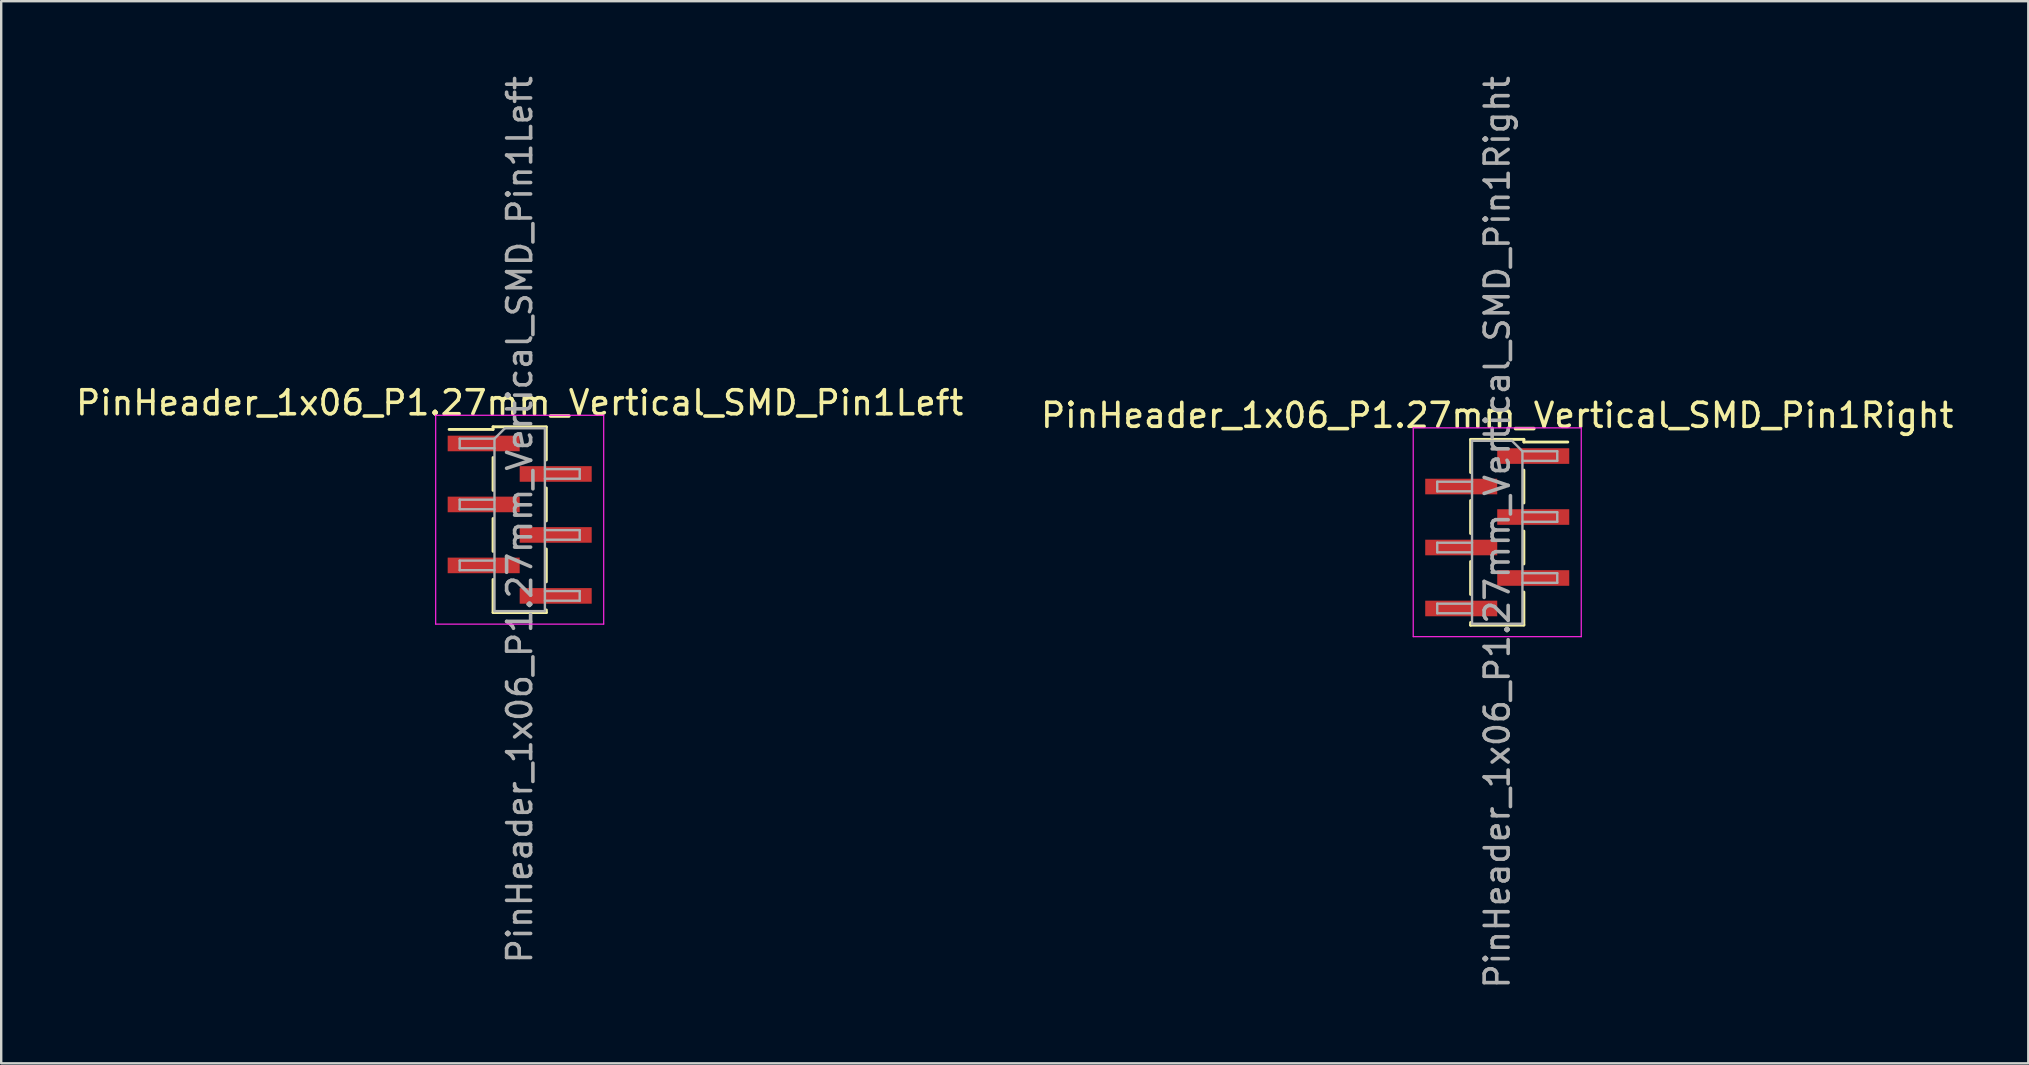
<source format=kicad_pcb>
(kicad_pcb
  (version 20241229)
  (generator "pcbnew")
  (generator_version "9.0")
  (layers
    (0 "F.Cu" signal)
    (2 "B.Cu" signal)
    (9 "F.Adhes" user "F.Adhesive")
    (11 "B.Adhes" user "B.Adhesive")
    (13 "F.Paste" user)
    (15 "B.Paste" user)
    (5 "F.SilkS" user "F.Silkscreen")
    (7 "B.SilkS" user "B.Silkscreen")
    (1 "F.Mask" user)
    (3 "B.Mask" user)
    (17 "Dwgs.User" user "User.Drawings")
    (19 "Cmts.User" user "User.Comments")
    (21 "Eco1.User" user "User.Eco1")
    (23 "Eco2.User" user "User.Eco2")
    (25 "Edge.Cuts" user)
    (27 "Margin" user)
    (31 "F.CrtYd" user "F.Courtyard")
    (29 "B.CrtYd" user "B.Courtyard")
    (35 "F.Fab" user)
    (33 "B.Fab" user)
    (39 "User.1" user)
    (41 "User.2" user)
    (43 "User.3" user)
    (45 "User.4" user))
  (footprint "PinHeader_1x06_P1.27mm_Vertical_SMD_Pin1Right"
    (layer "F.Cu")
    (at 59.327 19.125)
    (property "Reference" "PinHeader_1x06_P1.27mm_Vertical_SMD_Pin1Right" (at 0 -4.87 0) (layer "F.SilkS") (effects (font (size 1 1) (thickness 0.15))))
    (attr smd)
    (fp_line (start -1.11 -3.87) (end 1.11 -3.87) (stroke (width 0.12) (type solid)) (layer "F.SilkS"))
    (fp_line (start -1.11 -3.86) (end -1.11 -2.49) (stroke (width 0.12) (type solid)) (layer "F.SilkS"))
    (fp_line (start -1.11 -1.32) (end -1.11 0.05) (stroke (width 0.12) (type solid)) (layer "F.SilkS"))
    (fp_line (start -1.11 1.22) (end -1.11 2.59) (stroke (width 0.12) (type solid)) (layer "F.SilkS"))
    (fp_line (start -1.11 3.76) (end -1.11 3.87) (stroke (width 0.12) (type solid)) (layer "F.SilkS"))
    (fp_line (start -1.11 3.87) (end 1.11 3.87) (stroke (width 0.12) (type solid)) (layer "F.SilkS"))
    (fp_line (start 1.11 -3.87) (end 1.11 -3.76) (stroke (width 0.12) (type solid)) (layer "F.SilkS"))
    (fp_line (start 1.11 -3.76) (end 2.94 -3.76) (stroke (width 0.12) (type solid)) (layer "F.SilkS"))
    (fp_line (start 1.11 -2.59) (end 1.11 -1.22) (stroke (width 0.12) (type solid)) (layer "F.SilkS"))
    (fp_line (start 1.11 -0.05) (end 1.11 1.32) (stroke (width 0.12) (type solid)) (layer "F.SilkS"))
    (fp_line (start 1.11 2.49) (end 1.11 3.86) (stroke (width 0.12) (type solid)) (layer "F.SilkS"))
    (fp_line (start -3.5 -4.35) (end -3.5 4.35) (stroke (width 0.05) (type solid)) (layer "F.CrtYd"))
    (fp_line (start -3.5 4.35) (end 3.5 4.35) (stroke (width 0.05) (type solid)) (layer "F.CrtYd"))
    (fp_line (start 3.5 -4.35) (end -3.5 -4.35) (stroke (width 0.05) (type solid)) (layer "F.CrtYd"))
    (fp_line (start 3.5 4.35) (end 3.5 -4.35) (stroke (width 0.05) (type solid)) (layer "F.CrtYd"))
    (fp_line (start -2.5 -2.105) (end -2.5 -1.705) (stroke (width 0.1) (type solid)) (layer "F.Fab"))
    (fp_line (start -2.5 -1.705) (end -1.05 -1.705) (stroke (width 0.1) (type solid)) (layer "F.Fab"))
    (fp_line (start -2.5 0.435) (end -2.5 0.835) (stroke (width 0.1) (type solid)) (layer "F.Fab"))
    (fp_line (start -2.5 0.835) (end -1.05 0.835) (stroke (width 0.1) (type solid)) (layer "F.Fab"))
    (fp_line (start -2.5 2.975) (end -2.5 3.375) (stroke (width 0.1) (type solid)) (layer "F.Fab"))
    (fp_line (start -2.5 3.375) (end -1.05 3.375) (stroke (width 0.1) (type solid)) (layer "F.Fab"))
    (fp_line (start -1.05 -3.81) (end -1.05 3.81) (stroke (width 0.1) (type solid)) (layer "F.Fab"))
    (fp_line (start -1.05 -3.81) (end 0.615 -3.81) (stroke (width 0.1) (type solid)) (layer "F.Fab"))
    (fp_line (start -1.05 -2.105) (end -2.5 -2.105) (stroke (width 0.1) (type solid)) (layer "F.Fab"))
    (fp_line (start -1.05 0.435) (end -2.5 0.435) (stroke (width 0.1) (type solid)) (layer "F.Fab"))
    (fp_line (start -1.05 2.975) (end -2.5 2.975) (stroke (width 0.1) (type solid)) (layer "F.Fab"))
    (fp_line (start 1.05 -3.375) (end 0.615 -3.81) (stroke (width 0.1) (type solid)) (layer "F.Fab"))
    (fp_line (start 1.05 -3.375) (end 2.5 -3.375) (stroke (width 0.1) (type solid)) (layer "F.Fab"))
    (fp_line (start 1.05 -0.835) (end 2.5 -0.835) (stroke (width 0.1) (type solid)) (layer "F.Fab"))
    (fp_line (start 1.05 1.705) (end 2.5 1.705) (stroke (width 0.1) (type solid)) (layer "F.Fab"))
    (fp_line (start 1.05 3.81) (end -1.05 3.81) (stroke (width 0.1) (type solid)) (layer "F.Fab"))
    (fp_line (start 1.05 3.81) (end 1.05 -3.375) (stroke (width 0.1) (type solid)) (layer "F.Fab"))
    (fp_line (start 2.5 -3.375) (end 2.5 -2.975) (stroke (width 0.1) (type solid)) (layer "F.Fab"))
    (fp_line (start 2.5 -2.975) (end 1.05 -2.975) (stroke (width 0.1) (type solid)) (layer "F.Fab"))
    (fp_line (start 2.5 -0.835) (end 2.5 -0.435) (stroke (width 0.1) (type solid)) (layer "F.Fab"))
    (fp_line (start 2.5 -0.435) (end 1.05 -0.435) (stroke (width 0.1) (type solid)) (layer "F.Fab"))
    (fp_line (start 2.5 1.705) (end 2.5 2.105) (stroke (width 0.1) (type solid)) (layer "F.Fab"))
    (fp_line (start 2.5 2.105) (end 1.05 2.105) (stroke (width 0.1) (type solid)) (layer "F.Fab"))
    (fp_text user "${REFERENCE}" (at 0 0 90) (layer "F.Fab") (effects (font (size 1 1) (thickness 0.15))))
    (pad "1" smd rect (at 1.5 -3.175) (size 3 0.65) (layers "F.Cu" "F.Mask" "F.Paste"))
    (pad "2" smd rect (at -1.5 -1.905) (size 3 0.65) (layers "F.Cu" "F.Mask" "F.Paste"))
    (pad "3" smd rect (at 1.5 -0.635) (size 3 0.65) (layers "F.Cu" "F.Mask" "F.Paste"))
    (pad "4" smd rect (at -1.5 0.635) (size 3 0.65) (layers "F.Cu" "F.Mask" "F.Paste"))
    (pad "5" smd rect (at 1.5 1.905) (size 3 0.65) (layers "F.Cu" "F.Mask" "F.Paste"))
    (pad "6" smd rect (at -1.5 3.175) (size 3 0.65) (layers "F.Cu" "F.Mask" "F.Paste")))
  (footprint "PinHeader_1x06_P1.27mm_Vertical_SMD_Pin1Left"
    (layer "F.Cu")
    (at 18.601 18.601)
    (property "Reference" "PinHeader_1x06_P1.27mm_Vertical_SMD_Pin1Left" (at 0 -4.87 0) (layer "F.SilkS") (effects (font (size 1 1) (thickness 0.15))))
    (attr smd)
    (fp_line (start -1.11 -3.87) (end -1.11 -3.76) (stroke (width 0.12) (type solid)) (layer "F.SilkS"))
    (fp_line (start -1.11 -3.87) (end 1.11 -3.87) (stroke (width 0.12) (type solid)) (layer "F.SilkS"))
    (fp_line (start -1.11 -3.76) (end -2.94 -3.76) (stroke (width 0.12) (type solid)) (layer "F.SilkS"))
    (fp_line (start -1.11 -2.59) (end -1.11 -1.22) (stroke (width 0.12) (type solid)) (layer "F.SilkS"))
    (fp_line (start -1.11 -0.05) (end -1.11 1.32) (stroke (width 0.12) (type solid)) (layer "F.SilkS"))
    (fp_line (start -1.11 2.49) (end -1.11 3.86) (stroke (width 0.12) (type solid)) (layer "F.SilkS"))
    (fp_line (start -1.11 3.87) (end 1.11 3.87) (stroke (width 0.12) (type solid)) (layer "F.SilkS"))
    (fp_line (start 1.11 -3.86) (end 1.11 -2.49) (stroke (width 0.12) (type solid)) (layer "F.SilkS"))
    (fp_line (start 1.11 -1.32) (end 1.11 0.05) (stroke (width 0.12) (type solid)) (layer "F.SilkS"))
    (fp_line (start 1.11 1.22) (end 1.11 2.59) (stroke (width 0.12) (type solid)) (layer "F.SilkS"))
    (fp_line (start 1.11 3.76) (end 1.11 3.87) (stroke (width 0.12) (type solid)) (layer "F.SilkS"))
    (fp_line (start -3.5 -4.35) (end -3.5 4.35) (stroke (width 0.05) (type solid)) (layer "F.CrtYd"))
    (fp_line (start -3.5 4.35) (end 3.5 4.35) (stroke (width 0.05) (type solid)) (layer "F.CrtYd"))
    (fp_line (start 3.5 -4.35) (end -3.5 -4.35) (stroke (width 0.05) (type solid)) (layer "F.CrtYd"))
    (fp_line (start 3.5 4.35) (end 3.5 -4.35) (stroke (width 0.05) (type solid)) (layer "F.CrtYd"))
    (fp_line (start -2.5 -3.375) (end -2.5 -2.975) (stroke (width 0.1) (type solid)) (layer "F.Fab"))
    (fp_line (start -2.5 -2.975) (end -1.05 -2.975) (stroke (width 0.1) (type solid)) (layer "F.Fab"))
    (fp_line (start -2.5 -0.835) (end -2.5 -0.435) (stroke (width 0.1) (type solid)) (layer "F.Fab"))
    (fp_line (start -2.5 -0.435) (end -1.05 -0.435) (stroke (width 0.1) (type solid)) (layer "F.Fab"))
    (fp_line (start -2.5 1.705) (end -2.5 2.105) (stroke (width 0.1) (type solid)) (layer "F.Fab"))
    (fp_line (start -2.5 2.105) (end -1.05 2.105) (stroke (width 0.1) (type solid)) (layer "F.Fab"))
    (fp_line (start -1.05 -3.375) (end -2.5 -3.375) (stroke (width 0.1) (type solid)) (layer "F.Fab"))
    (fp_line (start -1.05 -3.375) (end -0.615 -3.81) (stroke (width 0.1) (type solid)) (layer "F.Fab"))
    (fp_line (start -1.05 -0.835) (end -2.5 -0.835) (stroke (width 0.1) (type solid)) (layer "F.Fab"))
    (fp_line (start -1.05 1.705) (end -2.5 1.705) (stroke (width 0.1) (type solid)) (layer "F.Fab"))
    (fp_line (start -1.05 3.81) (end -1.05 -3.375) (stroke (width 0.1) (type solid)) (layer "F.Fab"))
    (fp_line (start -0.615 -3.81) (end 1.05 -3.81) (stroke (width 0.1) (type solid)) (layer "F.Fab"))
    (fp_line (start 1.05 -3.81) (end 1.05 3.81) (stroke (width 0.1) (type solid)) (layer "F.Fab"))
    (fp_line (start 1.05 -2.105) (end 2.5 -2.105) (stroke (width 0.1) (type solid)) (layer "F.Fab"))
    (fp_line (start 1.05 0.435) (end 2.5 0.435) (stroke (width 0.1) (type solid)) (layer "F.Fab"))
    (fp_line (start 1.05 2.975) (end 2.5 2.975) (stroke (width 0.1) (type solid)) (layer "F.Fab"))
    (fp_line (start 1.05 3.81) (end -1.05 3.81) (stroke (width 0.1) (type solid)) (layer "F.Fab"))
    (fp_line (start 2.5 -2.105) (end 2.5 -1.705) (stroke (width 0.1) (type solid)) (layer "F.Fab"))
    (fp_line (start 2.5 -1.705) (end 1.05 -1.705) (stroke (width 0.1) (type solid)) (layer "F.Fab"))
    (fp_line (start 2.5 0.435) (end 2.5 0.835) (stroke (width 0.1) (type solid)) (layer "F.Fab"))
    (fp_line (start 2.5 0.835) (end 1.05 0.835) (stroke (width 0.1) (type solid)) (layer "F.Fab"))
    (fp_line (start 2.5 2.975) (end 2.5 3.375) (stroke (width 0.1) (type solid)) (layer "F.Fab"))
    (fp_line (start 2.5 3.375) (end 1.05 3.375) (stroke (width 0.1) (type solid)) (layer "F.Fab"))
    (fp_text user "${REFERENCE}" (at 0 0 90) (layer "F.Fab") (effects (font (size 1 1) (thickness 0.15))))
    (pad "1" smd rect (at -1.5 -3.175) (size 3 0.65) (layers "F.Cu" "F.Mask" "F.Paste"))
    (pad "2" smd rect (at 1.5 -1.905) (size 3 0.65) (layers "F.Cu" "F.Mask" "F.Paste"))
    (pad "3" smd rect (at -1.5 -0.635) (size 3 0.65) (layers "F.Cu" "F.Mask" "F.Paste"))
    (pad "4" smd rect (at 1.5 0.635) (size 3 0.65) (layers "F.Cu" "F.Mask" "F.Paste"))
    (pad "5" smd rect (at -1.5 1.905) (size 3 0.65) (layers "F.Cu" "F.Mask" "F.Paste"))
    (pad "6" smd rect (at 1.5 3.175) (size 3 0.65) (layers "F.Cu" "F.Mask" "F.Paste")))
  (gr_rect
    (start -3 -3)
    (end 81.452 41.25)
    (stroke (width 0.1) (type default))
    (fill no)
    (layer "Edge.Cuts")))
</source>
